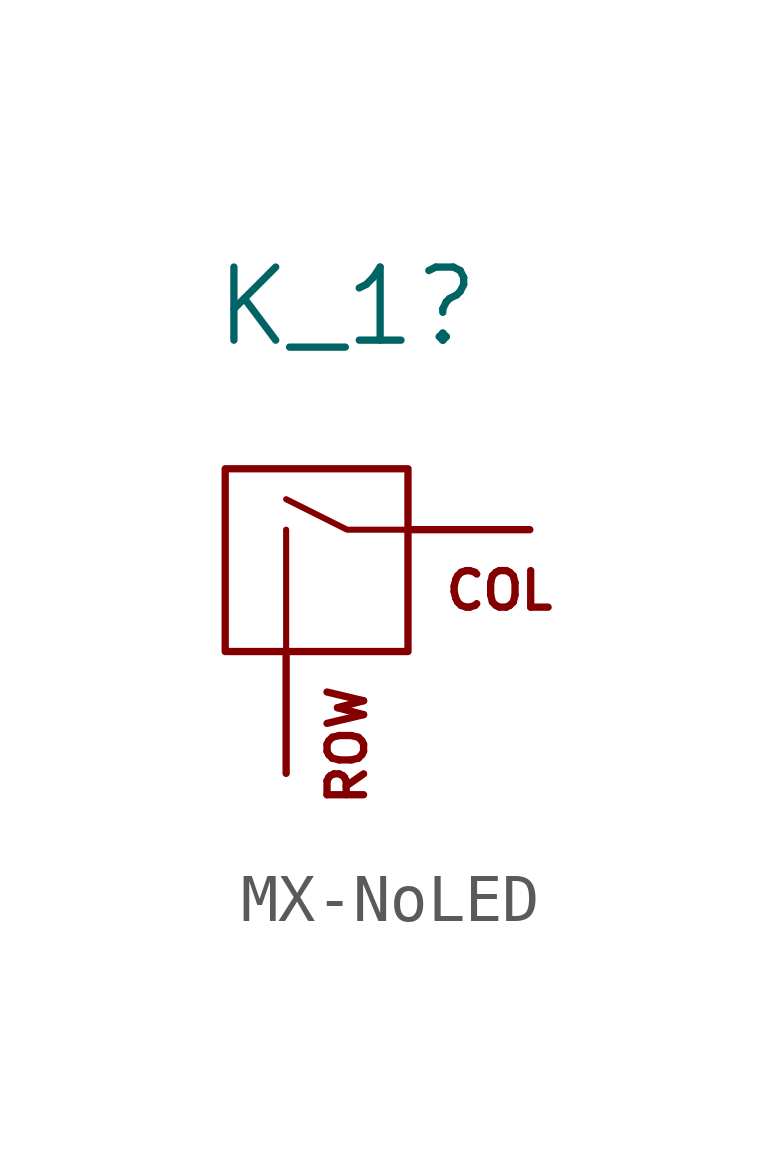
<source format=kicad_sym>
(kicad_symbol_lib
  (version 20211014)
  (generator kicad_symbol_editor)
  (symbol "MX-NoLED"
    (pin_names
      (offset 1.016))
    (property "Reference" "K_1"
      (at 0 5.918 0)
      (effects (font (size 1.524 1.524))))
    (property "Datasheet" ""
      (at 0 0 0)
      (effects (font (size 1.524 1.524))))
    (symbol "MX-NoLED_0_0"
      (rectangle (start -2.54 2.54) (end 1.27 -1.27) (stroke (width 0) (type default) (color 0 0 0 0)) (fill (type none)))
      (polyline (pts (xy -1.27 -1.27) (xy -1.27 1.27)) (stroke (width 0.127) (type default) (color 0 0 0 0)) (fill (type none)))
      (polyline (pts (xy 1.27 1.27) (xy 0 1.27) (xy -1.27 1.905)) (stroke (width 0.127) (type default) (color 0 0 0 0)) (fill (type none)))
      (text "COL" (at 3.175 0 0) (effects (font (size 0.762 0.762))))
      (text "ROW" (at 0 -1.905 900) (effects (font (size 0.762 0.762)) (justify right))))
    (symbol "MX-NoLED_1_1"
      (pin passive line (at 3.81 1.27 180) (length 2.54) (name "COL" (effects (font (size 0 0)))) (number "1" (effects (font (size 0 0)))))
      (pin passive line (at -1.27 -3.81 90) (length 2.54) (name "ROW" (effects (font (size 0 0)))) (number "2" (effects (font (size 0 0))))))))
</source>
